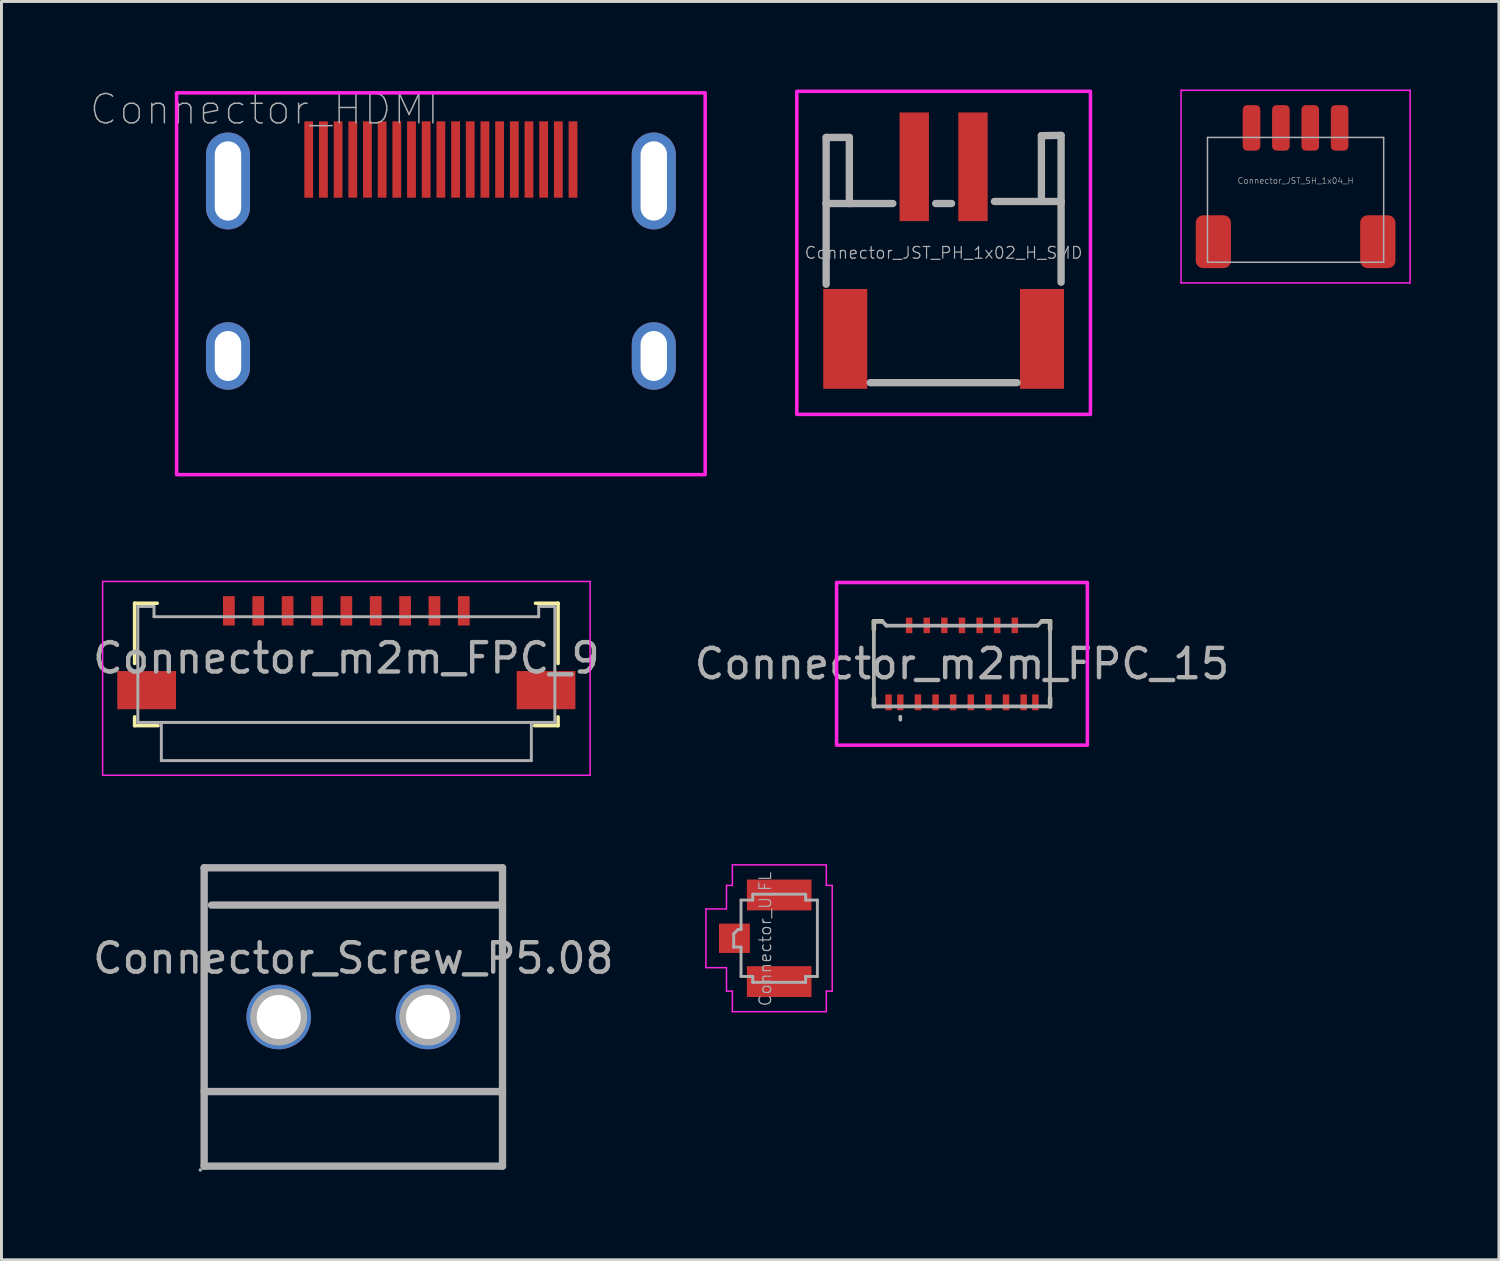
<source format=kicad_pcb>
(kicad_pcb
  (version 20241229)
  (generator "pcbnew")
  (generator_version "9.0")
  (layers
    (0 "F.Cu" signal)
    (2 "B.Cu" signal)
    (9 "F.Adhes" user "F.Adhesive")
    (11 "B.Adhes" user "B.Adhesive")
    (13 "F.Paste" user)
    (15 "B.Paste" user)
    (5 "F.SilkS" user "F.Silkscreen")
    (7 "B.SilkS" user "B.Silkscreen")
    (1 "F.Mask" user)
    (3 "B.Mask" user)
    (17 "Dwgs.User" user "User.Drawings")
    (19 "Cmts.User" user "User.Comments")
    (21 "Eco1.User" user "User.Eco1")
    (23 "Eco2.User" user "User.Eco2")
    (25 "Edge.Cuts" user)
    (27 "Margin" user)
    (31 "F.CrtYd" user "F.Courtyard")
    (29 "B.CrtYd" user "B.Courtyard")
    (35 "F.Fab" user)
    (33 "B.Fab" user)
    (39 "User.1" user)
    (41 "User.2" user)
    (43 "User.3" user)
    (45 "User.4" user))
  (footprint "Connector_JST_SH_1x04_H"
    (layer "F.Cu")
    (at 41.068 3.305)
    (property "Reference" "Connector_JST_SH_1x04_H" (at 0 -0.2 0) (unlocked yes) (layer "F.Fab") (effects (font (size 0.2 0.2) (thickness 0.02))))
    (attr smd)
    (fp_line (start -3.9 -3.28) (end -3.9 3.28) (stroke (width 0.05) (type solid)) (layer "F.CrtYd"))
    (fp_line (start -3.9 3.28) (end 3.9 3.28) (stroke (width 0.05) (type solid)) (layer "F.CrtYd"))
    (fp_line (start 3.9 -3.28) (end -3.9 -3.28) (stroke (width 0.05) (type solid)) (layer "F.CrtYd"))
    (fp_line (start 3.9 3.28) (end 3.9 -3.28) (stroke (width 0.05) (type solid)) (layer "F.CrtYd"))
    (fp_line (start -3 -1.675) (end -3 2.575) (stroke (width 0.05) (type solid)) (layer "F.Fab"))
    (fp_line (start -3 -1.675) (end 3 -1.675) (stroke (width 0.05) (type solid)) (layer "F.Fab"))
    (fp_line (start -3 2.575) (end 3 2.575) (stroke (width 0.05) (type solid)) (layer "F.Fab"))
    (fp_line (start 3 -1.675) (end 3 2.575) (stroke (width 0.05) (type solid)) (layer "F.Fab"))
    (pad "1" smd roundrect (at -1.5 -2) (size 0.6 1.55) (layers "F.Cu" "F.Mask" "F.Paste") (roundrect_rratio 0.25))
    (pad "2" smd roundrect (at -0.5 -2) (size 0.6 1.55) (layers "F.Cu" "F.Mask" "F.Paste") (roundrect_rratio 0.25))
    (pad "3" smd roundrect (at 0.5 -2) (size 0.6 1.55) (layers "F.Cu" "F.Mask" "F.Paste") (roundrect_rratio 0.25))
    (pad "4" smd roundrect (at 1.5 -2) (size 0.6 1.55) (layers "F.Cu" "F.Mask" "F.Paste") (roundrect_rratio 0.25))
    (pad "MP" smd roundrect (at -2.8 1.875) (size 1.2 1.8) (layers "F.Cu" "F.Mask" "F.Paste") (roundrect_rratio 0.208))
    (pad "MP" smd roundrect (at 2.8 1.875) (size 1.2 1.8) (layers "F.Cu" "F.Mask" "F.Paste") (roundrect_rratio 0.208)))
  (footprint "Connector_JST_PH_1x02_H_SMD"
    (layer "F.Cu")
    (at 29.083 5.56)
    (property "Reference" "Connector_JST_PH_1x02_H_SMD" (at 0 0 0) (layer "F.Fab") (effects (font (size 0.4 0.4) (thickness 0.04))))
    (attr smd)
    (fp_rect (start -5 -5.5) (end 5 5.5) (stroke (width 0.12) (type solid)) (fill no) (layer "F.CrtYd"))
    (fp_line (start -4 -3.93) (end -3.21 -3.93) (stroke (width 0.25) (type solid)) (layer "F.Fab"))
    (fp_line (start -4 -1.68) (end -4 -3.93) (stroke (width 0.25) (type solid)) (layer "F.Fab"))
    (fp_line (start -4 -1.68) (end -1.73 -1.68) (stroke (width 0.25) (type solid)) (layer "F.Fab"))
    (fp_line (start -4 1.07) (end -4 -1.68) (stroke (width 0.25) (type solid)) (layer "F.Fab"))
    (fp_line (start -3.21 -3.93) (end -3.21 -1.68) (stroke (width 0.25) (type solid)) (layer "F.Fab"))
    (fp_line (start -3.21 -1.68) (end -3.21 -1.68) (stroke (width 0.25) (type solid)) (layer "F.Fab"))
    (fp_line (start -2.5 4.42) (end 2.5 4.42) (stroke (width 0.25) (type solid)) (layer "F.Fab"))
    (fp_line (start -0.27 -1.68) (end 0.27 -1.68) (stroke (width 0.25) (type solid)) (layer "F.Fab"))
    (fp_line (start 1.73 -1.75) (end 4 -1.75) (stroke (width 0.25) (type solid)) (layer "F.Fab"))
    (fp_line (start 3.33 -3.99) (end 3.33 -1.75) (stroke (width 0.25) (type solid)) (layer "F.Fab"))
    (fp_line (start 4 -4) (end 3.33 -3.99) (stroke (width 0.25) (type solid)) (layer "F.Fab"))
    (fp_line (start 4 -1.75) (end 4 -4) (stroke (width 0.25) (type solid)) (layer "F.Fab"))
    (fp_line (start 4 1) (end 4 -1.75) (stroke (width 0.25) (type solid)) (layer "F.Fab"))
    (pad "" smd rect (at -3.35 2.93) (size 1.5 3.4) (layers "F.Cu" "F.Mask" "F.Paste"))
    (pad "" smd rect (at 3.35 2.93) (size 1.5 3.4) (layers "F.Cu" "F.Mask" "F.Paste"))
    (pad "1" smd rect (at -1 -2.93) (size 1 3.7) (layers "F.Cu" "F.Mask" "F.Paste"))
    (pad "2" smd rect (at 1 -2.93) (size 1 3.7) (layers "F.Cu" "F.Mask" "F.Paste")))
  (footprint "Connector_Screw_P5.08"
    (layer "F.Cu")
    (at 8.982 31.581)
    (property "Reference" "Connector_Screw_P5.08" (at 0 -2 0) (layer "F.Fab") (effects (font (size 1 1) (thickness 0.15))))
    (attr through_hole)
    (fp_line (start -5.08 -5.08) (end -5.08 5.08) (stroke (width 0.25) (type solid)) (layer "F.Fab"))
    (fp_line (start -5.08 2.54) (end 5.08 2.54) (stroke (width 0.25) (type solid)) (layer "F.Fab"))
    (fp_line (start -5.08 5.08) (end 5.08 5.08) (stroke (width 0.25) (type solid)) (layer "F.Fab"))
    (fp_line (start -4.83 -3.81) (end 5.08 -3.81) (stroke (width 0.25) (type solid)) (layer "F.Fab"))
    (fp_line (start 5.08 -5.08) (end -5.08 -5.08) (stroke (width 0.25) (type solid)) (layer "F.Fab"))
    (fp_line (start 5.08 5.08) (end 5.08 -5.08) (stroke (width 0.25) (type solid)) (layer "F.Fab"))
    (fp_circle (center -5.21 5.21) (end -5.18 5.21) (stroke (width 0.06) (type solid)) (fill no) (layer "F.Fab"))
    (fp_circle (center -2.54 0) (end -2.22 0) (stroke (width 0.65) (type solid)) (fill no) (layer "F.Fab"))
    (fp_circle (center 2.54 0) (end 2.86 0) (stroke (width 0.65) (type solid)) (fill no) (layer "F.Fab"))
    (pad "1" thru_hole circle (at -2.54 0) (size 2.2 2.2) (drill 1.5) (layers "*.Cu" "*.Paste" "*.Mask"))
    (pad "2" thru_hole circle (at 2.54 0) (size 2.2 2.2) (drill 1.5) (layers "*.Cu" "*.Paste" "*.Mask")))
  (footprint "Connector_m2m_FPC_15"
    (layer "F.Cu")
    (at 29.708 19.556)
    (property "Reference" "Connector_m2m_FPC_15" (at 0 0 0) (unlocked yes) (layer "F.Fab") (effects (font (size 1 1) (thickness 0.15))))
    (attr smd)
    (fp_line (start -3 -1.45) (end -3 -1.17) (stroke (width 0.152) (type solid)) (layer "F.SilkS"))
    (fp_line (start -3 -1.45) (end -2.72 -1.45) (stroke (width 0.152) (type solid)) (layer "F.SilkS"))
    (fp_line (start -3 1.45) (end -3 1.17) (stroke (width 0.152) (type solid)) (layer "F.SilkS"))
    (fp_line (start 2.72 -1.45) (end 3 -1.45) (stroke (width 0.152) (type solid)) (layer "F.SilkS"))
    (fp_line (start 3 -1.17) (end 3 -1.45) (stroke (width 0.152) (type solid)) (layer "F.SilkS"))
    (fp_line (start 3 1.45) (end 3 1.17) (stroke (width 0.152) (type solid)) (layer "F.SilkS"))
    (fp_rect (start -4.27 -2.77) (end 4.27 2.77) (stroke (width 0.12) (type default)) (fill no) (layer "F.CrtYd"))
    (fp_line (start -3 -1.45) (end -2.72 -1.45) (stroke (width 0.127) (type solid)) (layer "F.Fab"))
    (fp_line (start -3 1.45) (end -3 -1.45) (stroke (width 0.127) (type solid)) (layer "F.Fab"))
    (fp_line (start -3 1.45) (end 3 1.45) (stroke (width 0.127) (type solid)) (layer "F.Fab"))
    (fp_line (start -2.72 -1.45) (end -2.57 -1.3) (stroke (width 0.127) (type solid)) (layer "F.Fab"))
    (fp_line (start -2.57 -1.3) (end 2.57 -1.3) (stroke (width 0.127) (type solid)) (layer "F.Fab"))
    (fp_line (start -2.1 1.9) (end -2.1 1.8) (stroke (width 0.127) (type solid)) (layer "F.Fab"))
    (fp_line (start 2.57 -1.3) (end 2.72 -1.45) (stroke (width 0.127) (type solid)) (layer "F.Fab"))
    (fp_line (start 2.72 -1.45) (end 3 -1.45) (stroke (width 0.127) (type solid)) (layer "F.Fab"))
    (fp_line (start 3 -1.45) (end 3 1.45) (stroke (width 0.127) (type solid)) (layer "F.Fab"))
    (pad "1" smd rect (at -2.1 1.31) (size 0.22 0.54) (layers "F.Cu" "F.Mask" "F.Paste"))
    (pad "2" smd rect (at -1.8 -1.31) (size 0.22 0.53) (layers "F.Cu" "F.Mask" "F.Paste"))
    (pad "3" smd rect (at -1.5 1.31) (size 0.22 0.54) (layers "F.Cu" "F.Mask" "F.Paste"))
    (pad "4" smd rect (at -1.2 -1.31) (size 0.22 0.53) (layers "F.Cu" "F.Mask" "F.Paste"))
    (pad "5" smd rect (at -0.9 1.31) (size 0.22 0.54) (layers "F.Cu" "F.Mask" "F.Paste"))
    (pad "6" smd rect (at -0.6 -1.31) (size 0.22 0.53) (layers "F.Cu" "F.Mask" "F.Paste"))
    (pad "7" smd rect (at -0.3 1.31) (size 0.22 0.54) (layers "F.Cu" "F.Mask" "F.Paste"))
    (pad "8" smd rect (at 0.000006 -1.31) (size 0.22 0.53) (layers "F.Cu" "F.Mask" "F.Paste"))
    (pad "9" smd rect (at 0.3 1.31) (size 0.22 0.54) (layers "F.Cu" "F.Mask" "F.Paste"))
    (pad "10" smd rect (at 0.6 -1.31) (size 0.22 0.53) (layers "F.Cu" "F.Mask" "F.Paste"))
    (pad "11" smd rect (at 0.9 1.31) (size 0.22 0.54) (layers "F.Cu" "F.Mask" "F.Paste"))
    (pad "12" smd rect (at 1.2 -1.31) (size 0.22 0.53) (layers "F.Cu" "F.Mask" "F.Paste"))
    (pad "13" smd rect (at 1.5 1.31) (size 0.22 0.54) (layers "F.Cu" "F.Mask" "F.Paste"))
    (pad "14" smd rect (at 1.8 -1.31) (size 0.22 0.53) (layers "F.Cu" "F.Mask" "F.Paste"))
    (pad "15" smd rect (at 2.1 1.31) (size 0.22 0.54) (layers "F.Cu" "F.Mask" "F.Paste"))
    (pad "MP" smd rect (at -2.5 1.31) (size 0.22 0.54) (layers "F.Cu" "F.Mask" "F.Paste"))
    (pad "MP" smd rect (at 2.5 1.31) (size 0.22 0.54) (layers "F.Cu" "F.Mask" "F.Paste")))
  (footprint "Connector_m2m_FPC_9"
    (layer "F.Cu")
    (at 8.744 18.661)
    (property "Reference" "Connector_m2m_FPC_9" (at 0 0.7 180) (layer "F.Fab") (effects (font (size 1 1) (thickness 0.15))))
    (attr smd)
    (fp_line (start -7.21 -1.17) (end -7.21 0.88) (stroke (width 0.12) (type solid)) (layer "F.SilkS"))
    (fp_line (start -7.21 2.7) (end -7.21 3) (stroke (width 0.12) (type solid)) (layer "F.SilkS"))
    (fp_line (start -7.21 3) (end -6.41 3) (stroke (width 0.12) (type solid)) (layer "F.SilkS"))
    (fp_line (start -6.44 -1.17) (end -7.21 -1.17) (stroke (width 0.12) (type solid)) (layer "F.SilkS"))
    (fp_line (start 6.41 3) (end 7.21 3) (stroke (width 0.12) (type solid)) (layer "F.SilkS"))
    (fp_line (start 7.21 -1.17) (end 6.44 -1.17) (stroke (width 0.12) (type solid)) (layer "F.SilkS"))
    (fp_line (start 7.21 0.88) (end 7.21 -1.17) (stroke (width 0.12) (type solid)) (layer "F.SilkS"))
    (fp_line (start 7.21 3) (end 7.21 2.7) (stroke (width 0.12) (type solid)) (layer "F.SilkS"))
    (fp_line (start -8.3 -1.91) (end -8.3 4.69) (stroke (width 0.05) (type solid)) (layer "F.CrtYd"))
    (fp_line (start -8.3 4.69) (end 8.3 4.69) (stroke (width 0.05) (type solid)) (layer "F.CrtYd"))
    (fp_line (start 8.3 -1.91) (end -8.3 -1.91) (stroke (width 0.05) (type solid)) (layer "F.CrtYd"))
    (fp_line (start 8.3 4.69) (end 8.3 -1.91) (stroke (width 0.05) (type solid)) (layer "F.CrtYd"))
    (fp_line (start -7.1 -1.06) (end -7.1 2.89) (stroke (width 0.1) (type solid)) (layer "F.Fab"))
    (fp_line (start -7.1 2.89) (end 7.1 2.89) (stroke (width 0.1) (type solid)) (layer "F.Fab"))
    (fp_line (start -6.55 -1.06) (end -7.1 -1.06) (stroke (width 0.1) (type solid)) (layer "F.Fab"))
    (fp_line (start -6.55 -0.71) (end -6.55 -1.06) (stroke (width 0.1) (type solid)) (layer "F.Fab"))
    (fp_line (start -6.3 2.9) (end -6.3 4.19) (stroke (width 0.1) (type solid)) (layer "F.Fab"))
    (fp_line (start -6.3 4.19) (end 6.3 4.19) (stroke (width 0.1) (type solid)) (layer "F.Fab"))
    (fp_line (start 6.3 4.19) (end 6.3 2.9) (stroke (width 0.1) (type solid)) (layer "F.Fab"))
    (fp_line (start 6.55 -1.06) (end 6.55 -0.71) (stroke (width 0.1) (type solid)) (layer "F.Fab"))
    (fp_line (start 6.55 -0.71) (end -6.55 -0.71) (stroke (width 0.1) (type solid)) (layer "F.Fab"))
    (fp_line (start 7.1 -1.06) (end 6.55 -1.06) (stroke (width 0.1) (type solid)) (layer "F.Fab"))
    (fp_line (start 7.1 2.89) (end 7.1 -1.06) (stroke (width 0.1) (type solid)) (layer "F.Fab"))
    (pad "1" smd rect (at -4 -0.91) (size 0.4 1) (layers "F.Cu" "F.Mask" "F.Paste"))
    (pad "2" smd rect (at -3 -0.91) (size 0.4 1) (layers "F.Cu" "F.Mask" "F.Paste"))
    (pad "3" smd rect (at -2 -0.91) (size 0.4 1) (layers "F.Cu" "F.Mask" "F.Paste"))
    (pad "4" smd rect (at -1 -0.91) (size 0.4 1) (layers "F.Cu" "F.Mask" "F.Paste"))
    (pad "5" smd rect (at 0 -0.91) (size 0.4 1) (layers "F.Cu" "F.Mask" "F.Paste"))
    (pad "6" smd rect (at 1 -0.91) (size 0.4 1) (layers "F.Cu" "F.Mask" "F.Paste"))
    (pad "7" smd rect (at 2 -0.91) (size 0.4 1) (layers "F.Cu" "F.Mask" "F.Paste"))
    (pad "8" smd rect (at 3 -0.91) (size 0.4 1) (layers "F.Cu" "F.Mask" "F.Paste"))
    (pad "9" smd rect (at 4 -0.91) (size 0.4 1) (layers "F.Cu" "F.Mask" "F.Paste"))
    (pad "MP" smd rect (at -6.8 1.79) (size 2 1.3) (layers "F.Cu" "F.Mask" "F.Paste"))
    (pad "MP" smd rect (at 6.8 1.79) (size 2 1.3) (layers "F.Cu" "F.Mask" "F.Paste")))
  (footprint "Connector_HDMI"
    (layer "F.Cu")
    (at 11.963 3.112)
    (property "Reference" "Connector_HDMI" (at -6.011 -2.439 0) (layer "F.Fab") (effects (font (size 1 1) (thickness 0.05))))
    (attr smd)
    (fp_line (start -8.35 -2.2) (end 8.4 -2.2) (stroke (width 0.05) (type solid)) (layer "Eco1.User"))
    (fp_line (start -8.35 8.5) (end -8.35 -2.2) (stroke (width 0.05) (type solid)) (layer "Eco1.User"))
    (fp_line (start -8.35 9.5) (end -8.35 8.5) (stroke (width 0.05) (type solid)) (layer "Eco1.User"))
    (fp_line (start 8.4 -2.2) (end 8.4 9.5) (stroke (width 0.05) (type solid)) (layer "Eco1.User"))
    (fp_line (start 8.4 9.5) (end -8.35 9.5) (stroke (width 0.05) (type solid)) (layer "Eco1.User"))
    (fp_line (start -8.1 -2) (end 8.1 -2) (stroke (width 0.127) (type solid)) (layer "Eco2.User"))
    (fp_line (start -8.1 8.5) (end -8.1 -2) (stroke (width 0.127) (type solid)) (layer "Eco2.User"))
    (fp_line (start -8.1 10.55) (end -8.1 8.5) (stroke (width 0.127) (type solid)) (layer "Eco2.User"))
    (fp_line (start 8.1 -2) (end 8.1 8.5) (stroke (width 0.127) (type solid)) (layer "Eco2.User"))
    (fp_line (start 8.1 8.5) (end 8.1 10.55) (stroke (width 0.127) (type solid)) (layer "Eco2.User"))
    (fp_line (start 8.1 10.55) (end -8.1 10.55) (stroke (width 0.127) (type solid)) (layer "Eco2.User"))
    (fp_rect (start -9 -3) (end 9 10) (stroke (width 0.12) (type default)) (fill no) (layer "F.CrtYd"))
    (pad "1" smd rect (at 4.5 -0.73 90) (size 2.6 0.3) (layers "F.Cu" "F.Mask" "F.Paste"))
    (pad "2" smd rect (at 4 -0.73 90) (size 2.6 0.3) (layers "F.Cu" "F.Mask" "F.Paste"))
    (pad "3" smd rect (at 3.5 -0.73 90) (size 2.6 0.3) (layers "F.Cu" "F.Mask" "F.Paste"))
    (pad "4" smd rect (at 3 -0.73 90) (size 2.6 0.3) (layers "F.Cu" "F.Mask" "F.Paste"))
    (pad "5" smd rect (at 2.5 -0.73 90) (size 2.6 0.3) (layers "F.Cu" "F.Mask" "F.Paste"))
    (pad "6" smd rect (at 2 -0.73 90) (size 2.6 0.3) (layers "F.Cu" "F.Mask" "F.Paste"))
    (pad "7" smd rect (at 1.5 -0.73 90) (size 2.6 0.3) (layers "F.Cu" "F.Mask" "F.Paste"))
    (pad "8" smd rect (at 1 -0.73 90) (size 2.6 0.3) (layers "F.Cu" "F.Mask" "F.Paste"))
    (pad "9" smd rect (at 0.5 -0.73 90) (size 2.6 0.3) (layers "F.Cu" "F.Mask" "F.Paste"))
    (pad "10" smd rect (at 0 -0.73 90) (size 2.6 0.3) (layers "F.Cu" "F.Mask" "F.Paste"))
    (pad "11" smd rect (at -0.5 -0.73 90) (size 2.6 0.3) (layers "F.Cu" "F.Mask" "F.Paste"))
    (pad "12" smd rect (at -1 -0.73 90) (size 2.6 0.3) (layers "F.Cu" "F.Mask" "F.Paste"))
    (pad "13" smd rect (at -1.5 -0.73 90) (size 2.6 0.3) (layers "F.Cu" "F.Mask" "F.Paste"))
    (pad "14" smd rect (at -2 -0.73 90) (size 2.6 0.3) (layers "F.Cu" "F.Mask" "F.Paste"))
    (pad "15" smd rect (at -2.5 -0.73 90) (size 2.6 0.3) (layers "F.Cu" "F.Mask" "F.Paste"))
    (pad "16" smd rect (at -3 -0.73 90) (size 2.6 0.3) (layers "F.Cu" "F.Mask" "F.Paste"))
    (pad "17" smd rect (at -3.5 -0.73 90) (size 2.6 0.3) (layers "F.Cu" "F.Mask" "F.Paste"))
    (pad "18" smd rect (at -4 -0.73 90) (size 2.6 0.3) (layers "F.Cu" "F.Mask" "F.Paste"))
    (pad "19" smd rect (at -4.5 -0.73 90) (size 2.6 0.3) (layers "F.Cu" "F.Mask" "F.Paste"))
    (pad "SH1" thru_hole oval (at 7.25 0) (size 1.5 3.3) (drill oval 0.9 2.7) (layers "*.Cu" "*.Mask"))
    (pad "SH2" thru_hole oval (at -7.25 0) (size 1.5 3.3) (drill oval 0.9 2.7) (layers "*.Cu" "*.Mask"))
    (pad "SH3" thru_hole oval (at -7.25 5.96) (size 1.5 2.3) (drill oval 0.9 1.7) (layers "*.Cu" "*.Mask"))
    (pad "SH4" thru_hole oval (at 7.25 5.96) (size 1.5 2.3) (drill oval 0.9 1.7) (layers "*.Cu" "*.Mask")))
  (footprint "Connector_U.FL"
    (layer "F.Cu")
    (at 23.009 28.901)
    (property "Reference" "Connector_U.FL" (at 0 0.025 90) (layer "F.Fab") (effects (font (size 0.4 0.4) (thickness 0.04))))
    (attr smd)
    (fp_line (start -2.02 1) (end -2.02 -1) (stroke (width 0.05) (type solid)) (layer "F.CrtYd"))
    (fp_line (start -1.32 -1.8) (end -1.12 -1.8) (stroke (width 0.05) (type solid)) (layer "F.CrtYd"))
    (fp_line (start -1.32 -1) (end -2.02 -1) (stroke (width 0.05) (type solid)) (layer "F.CrtYd"))
    (fp_line (start -1.32 -1) (end -1.32 -1.8) (stroke (width 0.05) (type solid)) (layer "F.CrtYd"))
    (fp_line (start -1.32 1) (end -2.02 1) (stroke (width 0.05) (type solid)) (layer "F.CrtYd"))
    (fp_line (start -1.32 1.8) (end -1.32 1) (stroke (width 0.05) (type solid)) (layer "F.CrtYd"))
    (fp_line (start -1.32 1.8) (end -1.12 1.8) (stroke (width 0.05) (type solid)) (layer "F.CrtYd"))
    (fp_line (start -1.12 -1.8) (end -1.12 -2.5) (stroke (width 0.05) (type solid)) (layer "F.CrtYd"))
    (fp_line (start -1.12 2.5) (end -1.12 1.8) (stroke (width 0.05) (type solid)) (layer "F.CrtYd"))
    (fp_line (start 2.08 -2.5) (end -1.12 -2.5) (stroke (width 0.05) (type solid)) (layer "F.CrtYd"))
    (fp_line (start 2.08 -1.8) (end 2.08 -2.5) (stroke (width 0.05) (type solid)) (layer "F.CrtYd"))
    (fp_line (start 2.08 -1.8) (end 2.28 -1.8) (stroke (width 0.05) (type solid)) (layer "F.CrtYd"))
    (fp_line (start 2.08 1.8) (end 2.28 1.8) (stroke (width 0.05) (type solid)) (layer "F.CrtYd"))
    (fp_line (start 2.08 2.5) (end -1.12 2.5) (stroke (width 0.05) (type solid)) (layer "F.CrtYd"))
    (fp_line (start 2.08 2.5) (end 2.08 1.8) (stroke (width 0.05) (type solid)) (layer "F.CrtYd"))
    (fp_line (start 2.28 1.8) (end 2.28 -1.8) (stroke (width 0.05) (type solid)) (layer "F.CrtYd"))
    (fp_line (start -1.075 0.3) (end -1.075 -0.15) (stroke (width 0.1) (type solid)) (layer "F.Fab"))
    (fp_line (start -1.075 0.3) (end -0.825 0.3) (stroke (width 0.1) (type solid)) (layer "F.Fab"))
    (fp_line (start -0.925 -0.3) (end -1.075 -0.15) (stroke (width 0.1) (type solid)) (layer "F.Fab"))
    (fp_line (start -0.925 -0.3) (end -0.825 -0.3) (stroke (width 0.1) (type solid)) (layer "F.Fab"))
    (fp_line (start -0.825 -0.3) (end -0.825 -1.3) (stroke (width 0.1) (type solid)) (layer "F.Fab"))
    (fp_line (start -0.825 0.3) (end -0.825 1.3) (stroke (width 0.1) (type solid)) (layer "F.Fab"))
    (fp_line (start -0.425 -1.5) (end -0.425 -1.3) (stroke (width 0.1) (type solid)) (layer "F.Fab"))
    (fp_line (start -0.425 -1.5) (end 1.375 -1.5) (stroke (width 0.1) (type solid)) (layer "F.Fab"))
    (fp_line (start -0.425 -1.3) (end -0.825 -1.3) (stroke (width 0.1) (type solid)) (layer "F.Fab"))
    (fp_line (start -0.425 1.3) (end -0.825 1.3) (stroke (width 0.1) (type solid)) (layer "F.Fab"))
    (fp_line (start -0.425 1.5) (end -0.425 1.3) (stroke (width 0.1) (type solid)) (layer "F.Fab"))
    (fp_line (start -0.425 1.5) (end 1.375 1.5) (stroke (width 0.1) (type solid)) (layer "F.Fab"))
    (fp_line (start 1.375 -1.5) (end 1.375 -1.3) (stroke (width 0.1) (type solid)) (layer "F.Fab"))
    (fp_line (start 1.375 1.5) (end 1.375 1.3) (stroke (width 0.1) (type solid)) (layer "F.Fab"))
    (fp_line (start 1.775 -1.3) (end 1.375 -1.3) (stroke (width 0.1) (type solid)) (layer "F.Fab"))
    (fp_line (start 1.775 -1.3) (end 1.775 1.3) (stroke (width 0.1) (type solid)) (layer "F.Fab"))
    (fp_line (start 1.775 1.3) (end 1.375 1.3) (stroke (width 0.1) (type solid)) (layer "F.Fab"))
    (pad "1" smd rect (at -1.05 0) (size 1.05 1) (layers "F.Cu" "F.Mask" "F.Paste"))
    (pad "2" smd rect (at 0.475 -1.475) (size 2.2 1.05) (layers "F.Cu" "F.Mask" "F.Paste"))
    (pad "2" smd rect (at 0.475 1.475) (size 2.2 1.05) (layers "F.Cu" "F.Mask" "F.Paste")))
  (gr_rect
    (start -3 -3)
    (end 47.993 39.851)
    (stroke (width 0.1) (type default))
    (fill no)
    (layer "Edge.Cuts")))
</source>
